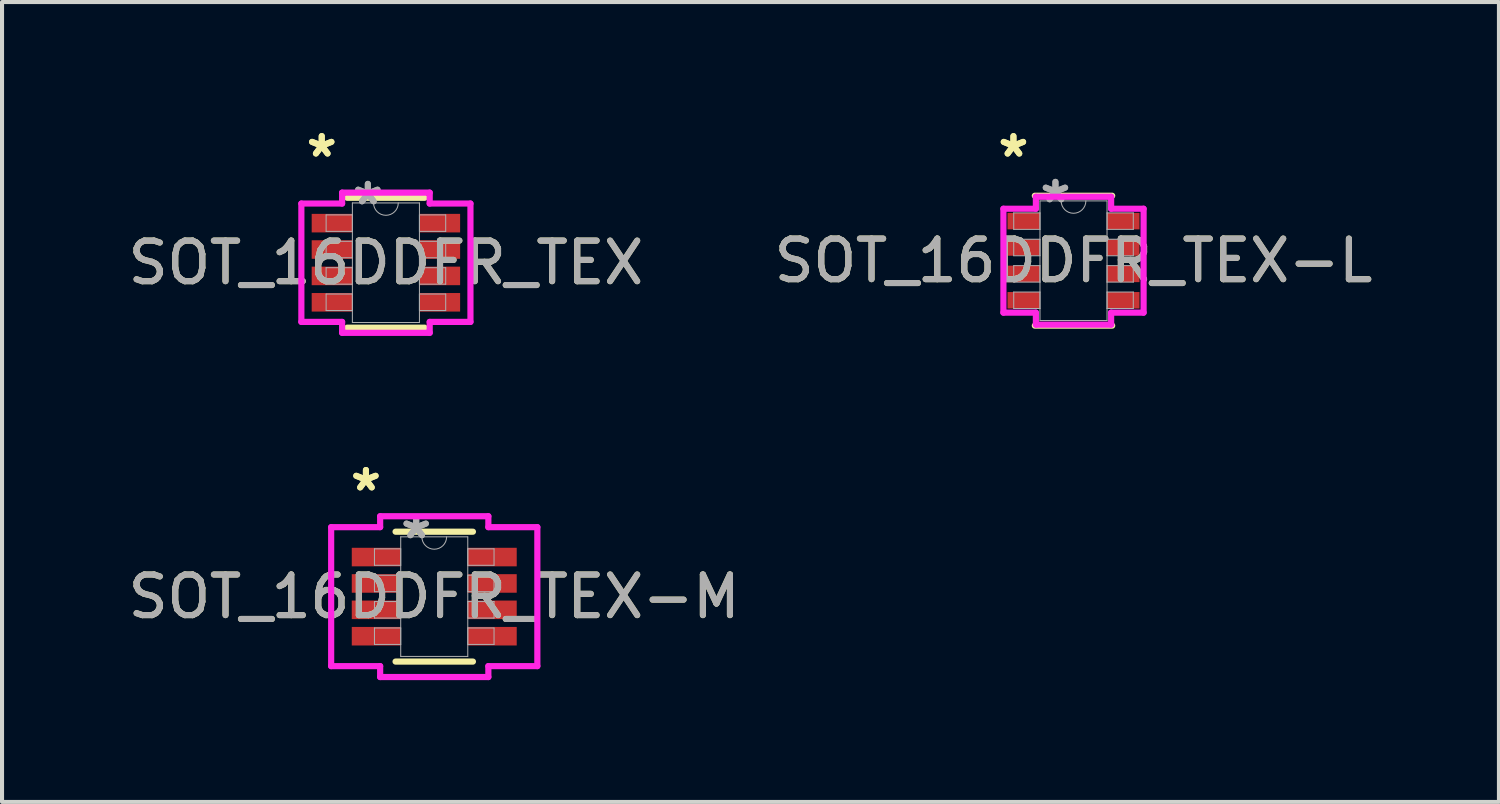
<source format=kicad_pcb>
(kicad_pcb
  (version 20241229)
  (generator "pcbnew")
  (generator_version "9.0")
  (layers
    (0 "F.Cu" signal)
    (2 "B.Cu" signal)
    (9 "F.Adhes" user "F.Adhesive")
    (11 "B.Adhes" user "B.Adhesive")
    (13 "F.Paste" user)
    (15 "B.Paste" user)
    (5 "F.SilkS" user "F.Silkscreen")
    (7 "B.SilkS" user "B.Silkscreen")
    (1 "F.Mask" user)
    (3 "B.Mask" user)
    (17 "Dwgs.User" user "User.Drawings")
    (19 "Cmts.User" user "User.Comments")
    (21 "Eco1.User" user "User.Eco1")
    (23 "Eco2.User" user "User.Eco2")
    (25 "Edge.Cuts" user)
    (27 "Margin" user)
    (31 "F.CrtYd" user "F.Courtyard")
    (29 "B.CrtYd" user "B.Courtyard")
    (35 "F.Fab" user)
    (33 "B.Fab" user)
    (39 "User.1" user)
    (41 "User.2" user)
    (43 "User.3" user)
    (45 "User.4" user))
  (footprint "SOT_16DDFR_TEX"
    (layer "F.Cu")
    (at 6.458 3.423)
    (property "Reference" "SOT_16DDFR_TEX" (at 0 0 0) (unlocked yes) (layer "F.SilkS") (effects (font (size 1 1) (thickness 0.15))))
    (attr smd)
    (fp_line (start -0.953 1.6) (end 0.953 1.6) (stroke (width 0.152) (type solid)) (layer "F.SilkS"))
    (fp_line (start 0.953 -1.6) (end -0.953 -1.6) (stroke (width 0.152) (type solid)) (layer "F.SilkS"))
    (fp_line (start -2.083 -1.458) (end -1.079 -1.458) (stroke (width 0.152) (type solid)) (layer "F.CrtYd"))
    (fp_line (start -2.083 1.458) (end -2.083 -1.458) (stroke (width 0.152) (type solid)) (layer "F.CrtYd"))
    (fp_line (start -2.083 1.458) (end -1.079 1.458) (stroke (width 0.152) (type solid)) (layer "F.CrtYd"))
    (fp_line (start -1.079 -1.727) (end 1.079 -1.727) (stroke (width 0.152) (type solid)) (layer "F.CrtYd"))
    (fp_line (start -1.079 -1.458) (end -1.079 -1.727) (stroke (width 0.152) (type solid)) (layer "F.CrtYd"))
    (fp_line (start -1.079 1.727) (end -1.079 1.458) (stroke (width 0.152) (type solid)) (layer "F.CrtYd"))
    (fp_line (start 1.079 -1.727) (end 1.079 -1.458) (stroke (width 0.152) (type solid)) (layer "F.CrtYd"))
    (fp_line (start 1.079 1.458) (end 1.079 1.727) (stroke (width 0.152) (type solid)) (layer "F.CrtYd"))
    (fp_line (start 1.079 1.727) (end -1.079 1.727) (stroke (width 0.152) (type solid)) (layer "F.CrtYd"))
    (fp_line (start 2.083 -1.458) (end 1.079 -1.458) (stroke (width 0.152) (type solid)) (layer "F.CrtYd"))
    (fp_line (start 2.083 -1.458) (end 2.083 1.458) (stroke (width 0.152) (type solid)) (layer "F.CrtYd"))
    (fp_line (start 2.083 1.458) (end 1.079 1.458) (stroke (width 0.152) (type solid)) (layer "F.CrtYd"))
    (fp_line (start -1.473 -1.178) (end -1.473 -0.772) (stroke (width 0.025) (type solid)) (layer "F.Fab"))
    (fp_line (start -1.473 -0.772) (end -0.826 -0.772) (stroke (width 0.025) (type solid)) (layer "F.Fab"))
    (fp_line (start -1.473 -0.528) (end -1.473 -0.122) (stroke (width 0.025) (type solid)) (layer "F.Fab"))
    (fp_line (start -1.473 -0.122) (end -0.826 -0.122) (stroke (width 0.025) (type solid)) (layer "F.Fab"))
    (fp_line (start -1.473 0.122) (end -1.473 0.528) (stroke (width 0.025) (type solid)) (layer "F.Fab"))
    (fp_line (start -1.473 0.528) (end -0.826 0.528) (stroke (width 0.025) (type solid)) (layer "F.Fab"))
    (fp_line (start -1.473 0.772) (end -1.473 1.178) (stroke (width 0.025) (type solid)) (layer "F.Fab"))
    (fp_line (start -1.473 1.178) (end -0.826 1.178) (stroke (width 0.025) (type solid)) (layer "F.Fab"))
    (fp_line (start -0.826 -1.473) (end -0.826 1.473) (stroke (width 0.025) (type solid)) (layer "F.Fab"))
    (fp_line (start -0.826 -1.178) (end -1.473 -1.178) (stroke (width 0.025) (type solid)) (layer "F.Fab"))
    (fp_line (start -0.826 -0.772) (end -0.826 -1.178) (stroke (width 0.025) (type solid)) (layer "F.Fab"))
    (fp_line (start -0.826 -0.528) (end -1.473 -0.528) (stroke (width 0.025) (type solid)) (layer "F.Fab"))
    (fp_line (start -0.826 -0.122) (end -0.826 -0.528) (stroke (width 0.025) (type solid)) (layer "F.Fab"))
    (fp_line (start -0.826 0.122) (end -1.473 0.122) (stroke (width 0.025) (type solid)) (layer "F.Fab"))
    (fp_line (start -0.826 0.528) (end -0.826 0.122) (stroke (width 0.025) (type solid)) (layer "F.Fab"))
    (fp_line (start -0.826 0.772) (end -1.473 0.772) (stroke (width 0.025) (type solid)) (layer "F.Fab"))
    (fp_line (start -0.826 1.178) (end -0.826 0.772) (stroke (width 0.025) (type solid)) (layer "F.Fab"))
    (fp_line (start -0.826 1.473) (end 0.826 1.473) (stroke (width 0.025) (type solid)) (layer "F.Fab"))
    (fp_line (start 0.826 -1.473) (end -0.826 -1.473) (stroke (width 0.025) (type solid)) (layer "F.Fab"))
    (fp_line (start 0.826 -1.178) (end 0.826 -0.772) (stroke (width 0.025) (type solid)) (layer "F.Fab"))
    (fp_line (start 0.826 -0.772) (end 1.473 -0.772) (stroke (width 0.025) (type solid)) (layer "F.Fab"))
    (fp_line (start 0.826 -0.528) (end 0.826 -0.122) (stroke (width 0.025) (type solid)) (layer "F.Fab"))
    (fp_line (start 0.826 -0.122) (end 1.473 -0.122) (stroke (width 0.025) (type solid)) (layer "F.Fab"))
    (fp_line (start 0.826 0.122) (end 0.826 0.528) (stroke (width 0.025) (type solid)) (layer "F.Fab"))
    (fp_line (start 0.826 0.528) (end 1.473 0.528) (stroke (width 0.025) (type solid)) (layer "F.Fab"))
    (fp_line (start 0.826 0.772) (end 0.826 1.178) (stroke (width 0.025) (type solid)) (layer "F.Fab"))
    (fp_line (start 0.826 1.178) (end 1.473 1.178) (stroke (width 0.025) (type solid)) (layer "F.Fab"))
    (fp_line (start 0.826 1.473) (end 0.826 -1.473) (stroke (width 0.025) (type solid)) (layer "F.Fab"))
    (fp_line (start 1.473 -1.178) (end 0.826 -1.178) (stroke (width 0.025) (type solid)) (layer "F.Fab"))
    (fp_line (start 1.473 -0.772) (end 1.473 -1.178) (stroke (width 0.025) (type solid)) (layer "F.Fab"))
    (fp_line (start 1.473 -0.528) (end 0.826 -0.528) (stroke (width 0.025) (type solid)) (layer "F.Fab"))
    (fp_line (start 1.473 -0.122) (end 1.473 -0.528) (stroke (width 0.025) (type solid)) (layer "F.Fab"))
    (fp_line (start 1.473 0.122) (end 0.826 0.122) (stroke (width 0.025) (type solid)) (layer "F.Fab"))
    (fp_line (start 1.473 0.528) (end 1.473 0.122) (stroke (width 0.025) (type solid)) (layer "F.Fab"))
    (fp_line (start 1.473 0.772) (end 0.826 0.772) (stroke (width 0.025) (type solid)) (layer "F.Fab"))
    (fp_line (start 1.473 1.178) (end 1.473 0.772) (stroke (width 0.025) (type solid)) (layer "F.Fab"))
    (fp_arc (start 0.3048 -1.4732) (mid 0 -1.1684) (end -0.3048 -1.4732) (stroke (width 0.0254) (type solid)) (layer "F.Fab"))
    (fp_text user "*" (at -1.581 -2.575 0) (unlocked yes) (layer "F.SilkS") (effects (font (size 1 1) (thickness 0.15))))
    (fp_text user "*" (at -1.581 -2.575 0) (layer "F.SilkS") (effects (font (size 1 1) (thickness 0.15))))
    (fp_text user "*" (at -0.445 -1.397 0) (layer "F.Fab") (effects (font (size 1 1) (thickness 0.15))))
    (fp_text user "*" (at -0.445 -1.397 0) (unlocked yes) (layer "F.Fab") (effects (font (size 1 1) (thickness 0.15))))
    (fp_text user "${REFERENCE}" (at 0 0 0) (unlocked yes) (layer "F.Fab") (effects (font (size 1 1) (thickness 0.15))))
    (pad "1" smd rect (at -1.327 -0.975) (size 1.003 0.457) (layers "F.Cu" "F.Mask" "F.Paste"))
    (pad "2" smd rect (at -1.327 -0.325) (size 1.003 0.457) (layers "F.Cu" "F.Mask" "F.Paste"))
    (pad "3" smd rect (at -1.327 0.325) (size 1.003 0.457) (layers "F.Cu" "F.Mask" "F.Paste"))
    (pad "4" smd rect (at -1.327 0.975) (size 1.003 0.457) (layers "F.Cu" "F.Mask" "F.Paste"))
    (pad "5" smd rect (at 1.327 0.975) (size 1.003 0.457) (layers "F.Cu" "F.Mask" "F.Paste"))
    (pad "6" smd rect (at 1.327 0.325) (size 1.003 0.457) (layers "F.Cu" "F.Mask" "F.Paste"))
    (pad "7" smd rect (at 1.327 -0.325) (size 1.003 0.457) (layers "F.Cu" "F.Mask" "F.Paste"))
    (pad "8" smd rect (at 1.327 -0.975) (size 1.003 0.457) (layers "F.Cu" "F.Mask" "F.Paste")))
  (footprint "SOT_16DDFR_TEX-L"
    (layer "F.Cu")
    (at 23.399 3.373)
    (property "Reference" "SOT_16DDFR_TEX-L" (at 0 0 0) (unlocked yes) (layer "F.SilkS") (effects (font (size 1 1) (thickness 0.15))))
    (attr smd)
    (fp_line (start -0.953 1.6) (end 0.953 1.6) (stroke (width 0.152) (type solid)) (layer "F.SilkS"))
    (fp_line (start 0.953 -1.6) (end -0.953 -1.6) (stroke (width 0.152) (type solid)) (layer "F.SilkS"))
    (fp_line (start -1.727 -1.28) (end -0.927 -1.28) (stroke (width 0.152) (type solid)) (layer "F.CrtYd"))
    (fp_line (start -1.727 1.28) (end -1.727 -1.28) (stroke (width 0.152) (type solid)) (layer "F.CrtYd"))
    (fp_line (start -1.727 1.28) (end -0.927 1.28) (stroke (width 0.152) (type solid)) (layer "F.CrtYd"))
    (fp_line (start -0.927 -1.575) (end 0.927 -1.575) (stroke (width 0.152) (type solid)) (layer "F.CrtYd"))
    (fp_line (start -0.927 -1.28) (end -0.927 -1.575) (stroke (width 0.152) (type solid)) (layer "F.CrtYd"))
    (fp_line (start -0.927 1.575) (end -0.927 1.28) (stroke (width 0.152) (type solid)) (layer "F.CrtYd"))
    (fp_line (start 0.927 -1.575) (end 0.927 -1.28) (stroke (width 0.152) (type solid)) (layer "F.CrtYd"))
    (fp_line (start 0.927 1.28) (end 0.927 1.575) (stroke (width 0.152) (type solid)) (layer "F.CrtYd"))
    (fp_line (start 0.927 1.575) (end -0.927 1.575) (stroke (width 0.152) (type solid)) (layer "F.CrtYd"))
    (fp_line (start 1.727 -1.28) (end 0.927 -1.28) (stroke (width 0.152) (type solid)) (layer "F.CrtYd"))
    (fp_line (start 1.727 -1.28) (end 1.727 1.28) (stroke (width 0.152) (type solid)) (layer "F.CrtYd"))
    (fp_line (start 1.727 1.28) (end 0.927 1.28) (stroke (width 0.152) (type solid)) (layer "F.CrtYd"))
    (fp_line (start -1.473 -1.178) (end -1.473 -0.772) (stroke (width 0.025) (type solid)) (layer "F.Fab"))
    (fp_line (start -1.473 -0.772) (end -0.826 -0.772) (stroke (width 0.025) (type solid)) (layer "F.Fab"))
    (fp_line (start -1.473 -0.528) (end -1.473 -0.122) (stroke (width 0.025) (type solid)) (layer "F.Fab"))
    (fp_line (start -1.473 -0.122) (end -0.826 -0.122) (stroke (width 0.025) (type solid)) (layer "F.Fab"))
    (fp_line (start -1.473 0.122) (end -1.473 0.528) (stroke (width 0.025) (type solid)) (layer "F.Fab"))
    (fp_line (start -1.473 0.528) (end -0.826 0.528) (stroke (width 0.025) (type solid)) (layer "F.Fab"))
    (fp_line (start -1.473 0.772) (end -1.473 1.178) (stroke (width 0.025) (type solid)) (layer "F.Fab"))
    (fp_line (start -1.473 1.178) (end -0.826 1.178) (stroke (width 0.025) (type solid)) (layer "F.Fab"))
    (fp_line (start -0.826 -1.473) (end -0.826 1.473) (stroke (width 0.025) (type solid)) (layer "F.Fab"))
    (fp_line (start -0.826 -1.178) (end -1.473 -1.178) (stroke (width 0.025) (type solid)) (layer "F.Fab"))
    (fp_line (start -0.826 -0.772) (end -0.826 -1.178) (stroke (width 0.025) (type solid)) (layer "F.Fab"))
    (fp_line (start -0.826 -0.528) (end -1.473 -0.528) (stroke (width 0.025) (type solid)) (layer "F.Fab"))
    (fp_line (start -0.826 -0.122) (end -0.826 -0.528) (stroke (width 0.025) (type solid)) (layer "F.Fab"))
    (fp_line (start -0.826 0.122) (end -1.473 0.122) (stroke (width 0.025) (type solid)) (layer "F.Fab"))
    (fp_line (start -0.826 0.528) (end -0.826 0.122) (stroke (width 0.025) (type solid)) (layer "F.Fab"))
    (fp_line (start -0.826 0.772) (end -1.473 0.772) (stroke (width 0.025) (type solid)) (layer "F.Fab"))
    (fp_line (start -0.826 1.178) (end -0.826 0.772) (stroke (width 0.025) (type solid)) (layer "F.Fab"))
    (fp_line (start -0.826 1.473) (end 0.826 1.473) (stroke (width 0.025) (type solid)) (layer "F.Fab"))
    (fp_line (start 0.826 -1.473) (end -0.826 -1.473) (stroke (width 0.025) (type solid)) (layer "F.Fab"))
    (fp_line (start 0.826 -1.178) (end 0.826 -0.772) (stroke (width 0.025) (type solid)) (layer "F.Fab"))
    (fp_line (start 0.826 -0.772) (end 1.473 -0.772) (stroke (width 0.025) (type solid)) (layer "F.Fab"))
    (fp_line (start 0.826 -0.528) (end 0.826 -0.122) (stroke (width 0.025) (type solid)) (layer "F.Fab"))
    (fp_line (start 0.826 -0.122) (end 1.473 -0.122) (stroke (width 0.025) (type solid)) (layer "F.Fab"))
    (fp_line (start 0.826 0.122) (end 0.826 0.528) (stroke (width 0.025) (type solid)) (layer "F.Fab"))
    (fp_line (start 0.826 0.528) (end 1.473 0.528) (stroke (width 0.025) (type solid)) (layer "F.Fab"))
    (fp_line (start 0.826 0.772) (end 0.826 1.178) (stroke (width 0.025) (type solid)) (layer "F.Fab"))
    (fp_line (start 0.826 1.178) (end 1.473 1.178) (stroke (width 0.025) (type solid)) (layer "F.Fab"))
    (fp_line (start 0.826 1.473) (end 0.826 -1.473) (stroke (width 0.025) (type solid)) (layer "F.Fab"))
    (fp_line (start 1.473 -1.178) (end 0.826 -1.178) (stroke (width 0.025) (type solid)) (layer "F.Fab"))
    (fp_line (start 1.473 -0.772) (end 1.473 -1.178) (stroke (width 0.025) (type solid)) (layer "F.Fab"))
    (fp_line (start 1.473 -0.528) (end 0.826 -0.528) (stroke (width 0.025) (type solid)) (layer "F.Fab"))
    (fp_line (start 1.473 -0.122) (end 1.473 -0.528) (stroke (width 0.025) (type solid)) (layer "F.Fab"))
    (fp_line (start 1.473 0.122) (end 0.826 0.122) (stroke (width 0.025) (type solid)) (layer "F.Fab"))
    (fp_line (start 1.473 0.528) (end 1.473 0.122) (stroke (width 0.025) (type solid)) (layer "F.Fab"))
    (fp_line (start 1.473 0.772) (end 0.826 0.772) (stroke (width 0.025) (type solid)) (layer "F.Fab"))
    (fp_line (start 1.473 1.178) (end 1.473 0.772) (stroke (width 0.025) (type solid)) (layer "F.Fab"))
    (fp_arc (start 0.3048 -1.4732) (mid 0 -1.1684) (end -0.3048 -1.4732) (stroke (width 0.0254) (type solid)) (layer "F.Fab"))
    (fp_text user "*" (at -1.48 -2.524 0) (unlocked yes) (layer "F.SilkS") (effects (font (size 1 1) (thickness 0.15))))
    (fp_text user "*" (at -1.48 -2.524 0) (layer "F.SilkS") (effects (font (size 1 1) (thickness 0.15))))
    (fp_text user "${REFERENCE}" (at 0 0 0) (unlocked yes) (layer "F.Fab") (effects (font (size 1 1) (thickness 0.15))))
    (fp_text user "*" (at -0.445 -1.397 0) (layer "F.Fab") (effects (font (size 1 1) (thickness 0.15))))
    (fp_text user "*" (at -0.445 -1.397 0) (unlocked yes) (layer "F.Fab") (effects (font (size 1 1) (thickness 0.15))))
    (pad "1" smd rect (at -1.226 -0.975) (size 0.8 0.406) (layers "F.Cu" "F.Mask" "F.Paste"))
    (pad "2" smd rect (at -1.226 -0.325) (size 0.8 0.406) (layers "F.Cu" "F.Mask" "F.Paste"))
    (pad "3" smd rect (at -1.226 0.325) (size 0.8 0.406) (layers "F.Cu" "F.Mask" "F.Paste"))
    (pad "4" smd rect (at -1.226 0.975) (size 0.8 0.406) (layers "F.Cu" "F.Mask" "F.Paste"))
    (pad "5" smd rect (at 1.226 0.975) (size 0.8 0.406) (layers "F.Cu" "F.Mask" "F.Paste"))
    (pad "6" smd rect (at 1.226 0.325) (size 0.8 0.406) (layers "F.Cu" "F.Mask" "F.Paste"))
    (pad "7" smd rect (at 1.226 -0.325) (size 0.8 0.406) (layers "F.Cu" "F.Mask" "F.Paste"))
    (pad "8" smd rect (at 1.226 -0.975) (size 0.8 0.406) (layers "F.Cu" "F.Mask" "F.Paste")))
  (footprint "SOT_16DDFR_TEX-M"
    (layer "F.Cu")
    (at 7.649 11.65)
    (property "Reference" "SOT_16DDFR_TEX-M" (at 0 0 0) (unlocked yes) (layer "F.SilkS") (effects (font (size 1 1) (thickness 0.15))))
    (attr smd)
    (fp_line (start -0.953 1.6) (end 0.953 1.6) (stroke (width 0.152) (type solid)) (layer "F.SilkS"))
    (fp_line (start 0.953 -1.6) (end -0.953 -1.6) (stroke (width 0.152) (type solid)) (layer "F.SilkS"))
    (fp_line (start -2.54 -1.712) (end -1.333 -1.712) (stroke (width 0.152) (type solid)) (layer "F.CrtYd"))
    (fp_line (start -2.54 1.712) (end -2.54 -1.712) (stroke (width 0.152) (type solid)) (layer "F.CrtYd"))
    (fp_line (start -2.54 1.712) (end -1.333 1.712) (stroke (width 0.152) (type solid)) (layer "F.CrtYd"))
    (fp_line (start -1.333 -1.981) (end 1.333 -1.981) (stroke (width 0.152) (type solid)) (layer "F.CrtYd"))
    (fp_line (start -1.333 -1.712) (end -1.333 -1.981) (stroke (width 0.152) (type solid)) (layer "F.CrtYd"))
    (fp_line (start -1.333 1.981) (end -1.333 1.712) (stroke (width 0.152) (type solid)) (layer "F.CrtYd"))
    (fp_line (start 1.333 -1.981) (end 1.333 -1.712) (stroke (width 0.152) (type solid)) (layer "F.CrtYd"))
    (fp_line (start 1.333 1.712) (end 1.333 1.981) (stroke (width 0.152) (type solid)) (layer "F.CrtYd"))
    (fp_line (start 1.333 1.981) (end -1.333 1.981) (stroke (width 0.152) (type solid)) (layer "F.CrtYd"))
    (fp_line (start 2.54 -1.712) (end 1.333 -1.712) (stroke (width 0.152) (type solid)) (layer "F.CrtYd"))
    (fp_line (start 2.54 -1.712) (end 2.54 1.712) (stroke (width 0.152) (type solid)) (layer "F.CrtYd"))
    (fp_line (start 2.54 1.712) (end 1.333 1.712) (stroke (width 0.152) (type solid)) (layer "F.CrtYd"))
    (fp_line (start -1.473 -1.178) (end -1.473 -0.772) (stroke (width 0.025) (type solid)) (layer "F.Fab"))
    (fp_line (start -1.473 -0.772) (end -0.826 -0.772) (stroke (width 0.025) (type solid)) (layer "F.Fab"))
    (fp_line (start -1.473 -0.528) (end -1.473 -0.122) (stroke (width 0.025) (type solid)) (layer "F.Fab"))
    (fp_line (start -1.473 -0.122) (end -0.826 -0.122) (stroke (width 0.025) (type solid)) (layer "F.Fab"))
    (fp_line (start -1.473 0.122) (end -1.473 0.528) (stroke (width 0.025) (type solid)) (layer "F.Fab"))
    (fp_line (start -1.473 0.528) (end -0.826 0.528) (stroke (width 0.025) (type solid)) (layer "F.Fab"))
    (fp_line (start -1.473 0.772) (end -1.473 1.178) (stroke (width 0.025) (type solid)) (layer "F.Fab"))
    (fp_line (start -1.473 1.178) (end -0.826 1.178) (stroke (width 0.025) (type solid)) (layer "F.Fab"))
    (fp_line (start -0.826 -1.473) (end -0.826 1.473) (stroke (width 0.025) (type solid)) (layer "F.Fab"))
    (fp_line (start -0.826 -1.178) (end -1.473 -1.178) (stroke (width 0.025) (type solid)) (layer "F.Fab"))
    (fp_line (start -0.826 -0.772) (end -0.826 -1.178) (stroke (width 0.025) (type solid)) (layer "F.Fab"))
    (fp_line (start -0.826 -0.528) (end -1.473 -0.528) (stroke (width 0.025) (type solid)) (layer "F.Fab"))
    (fp_line (start -0.826 -0.122) (end -0.826 -0.528) (stroke (width 0.025) (type solid)) (layer "F.Fab"))
    (fp_line (start -0.826 0.122) (end -1.473 0.122) (stroke (width 0.025) (type solid)) (layer "F.Fab"))
    (fp_line (start -0.826 0.528) (end -0.826 0.122) (stroke (width 0.025) (type solid)) (layer "F.Fab"))
    (fp_line (start -0.826 0.772) (end -1.473 0.772) (stroke (width 0.025) (type solid)) (layer "F.Fab"))
    (fp_line (start -0.826 1.178) (end -0.826 0.772) (stroke (width 0.025) (type solid)) (layer "F.Fab"))
    (fp_line (start -0.826 1.473) (end 0.826 1.473) (stroke (width 0.025) (type solid)) (layer "F.Fab"))
    (fp_line (start 0.826 -1.473) (end -0.826 -1.473) (stroke (width 0.025) (type solid)) (layer "F.Fab"))
    (fp_line (start 0.826 -1.178) (end 0.826 -0.772) (stroke (width 0.025) (type solid)) (layer "F.Fab"))
    (fp_line (start 0.826 -0.772) (end 1.473 -0.772) (stroke (width 0.025) (type solid)) (layer "F.Fab"))
    (fp_line (start 0.826 -0.528) (end 0.826 -0.122) (stroke (width 0.025) (type solid)) (layer "F.Fab"))
    (fp_line (start 0.826 -0.122) (end 1.473 -0.122) (stroke (width 0.025) (type solid)) (layer "F.Fab"))
    (fp_line (start 0.826 0.122) (end 0.826 0.528) (stroke (width 0.025) (type solid)) (layer "F.Fab"))
    (fp_line (start 0.826 0.528) (end 1.473 0.528) (stroke (width 0.025) (type solid)) (layer "F.Fab"))
    (fp_line (start 0.826 0.772) (end 0.826 1.178) (stroke (width 0.025) (type solid)) (layer "F.Fab"))
    (fp_line (start 0.826 1.178) (end 1.473 1.178) (stroke (width 0.025) (type solid)) (layer "F.Fab"))
    (fp_line (start 0.826 1.473) (end 0.826 -1.473) (stroke (width 0.025) (type solid)) (layer "F.Fab"))
    (fp_line (start 1.473 -1.178) (end 0.826 -1.178) (stroke (width 0.025) (type solid)) (layer "F.Fab"))
    (fp_line (start 1.473 -0.772) (end 1.473 -1.178) (stroke (width 0.025) (type solid)) (layer "F.Fab"))
    (fp_line (start 1.473 -0.528) (end 0.826 -0.528) (stroke (width 0.025) (type solid)) (layer "F.Fab"))
    (fp_line (start 1.473 -0.122) (end 1.473 -0.528) (stroke (width 0.025) (type solid)) (layer "F.Fab"))
    (fp_line (start 1.473 0.122) (end 0.826 0.122) (stroke (width 0.025) (type solid)) (layer "F.Fab"))
    (fp_line (start 1.473 0.528) (end 1.473 0.122) (stroke (width 0.025) (type solid)) (layer "F.Fab"))
    (fp_line (start 1.473 0.772) (end 0.826 0.772) (stroke (width 0.025) (type solid)) (layer "F.Fab"))
    (fp_line (start 1.473 1.178) (end 1.473 0.772) (stroke (width 0.025) (type solid)) (layer "F.Fab"))
    (fp_arc (start 0.3048 -1.4732) (mid 0 -1.1684) (end -0.3048 -1.4732) (stroke (width 0.0254) (type solid)) (layer "F.Fab"))
    (fp_text user "*" (at -1.683 -2.575 0) (layer "F.SilkS") (effects (font (size 1 1) (thickness 0.15))))
    (fp_text user "*" (at -1.683 -2.575 0) (unlocked yes) (layer "F.SilkS") (effects (font (size 1 1) (thickness 0.15))))
    (fp_text user "*" (at -0.445 -1.397 0) (layer "F.Fab") (effects (font (size 1 1) (thickness 0.15))))
    (fp_text user "*" (at -0.445 -1.397 0) (unlocked yes) (layer "F.Fab") (effects (font (size 1 1) (thickness 0.15))))
    (fp_text user "${REFERENCE}" (at 0 0 0) (unlocked yes) (layer "F.Fab") (effects (font (size 1 1) (thickness 0.15))))
    (pad "1" smd rect (at -1.429 -0.975) (size 1.206 0.457) (layers "F.Cu" "F.Mask" "F.Paste"))
    (pad "2" smd rect (at -1.429 -0.325) (size 1.206 0.457) (layers "F.Cu" "F.Mask" "F.Paste"))
    (pad "3" smd rect (at -1.429 0.325) (size 1.206 0.457) (layers "F.Cu" "F.Mask" "F.Paste"))
    (pad "4" smd rect (at -1.429 0.975) (size 1.206 0.457) (layers "F.Cu" "F.Mask" "F.Paste"))
    (pad "5" smd rect (at 1.429 0.975) (size 1.206 0.457) (layers "F.Cu" "F.Mask" "F.Paste"))
    (pad "6" smd rect (at 1.429 0.325) (size 1.206 0.457) (layers "F.Cu" "F.Mask" "F.Paste"))
    (pad "7" smd rect (at 1.429 -0.325) (size 1.206 0.457) (layers "F.Cu" "F.Mask" "F.Paste"))
    (pad "8" smd rect (at 1.429 -0.975) (size 1.206 0.457) (layers "F.Cu" "F.Mask" "F.Paste")))
  (gr_rect
    (start -3 -3)
    (end 33.881 16.708)
    (stroke (width 0.1) (type default))
    (fill no)
    (layer "Edge.Cuts")))
</source>
